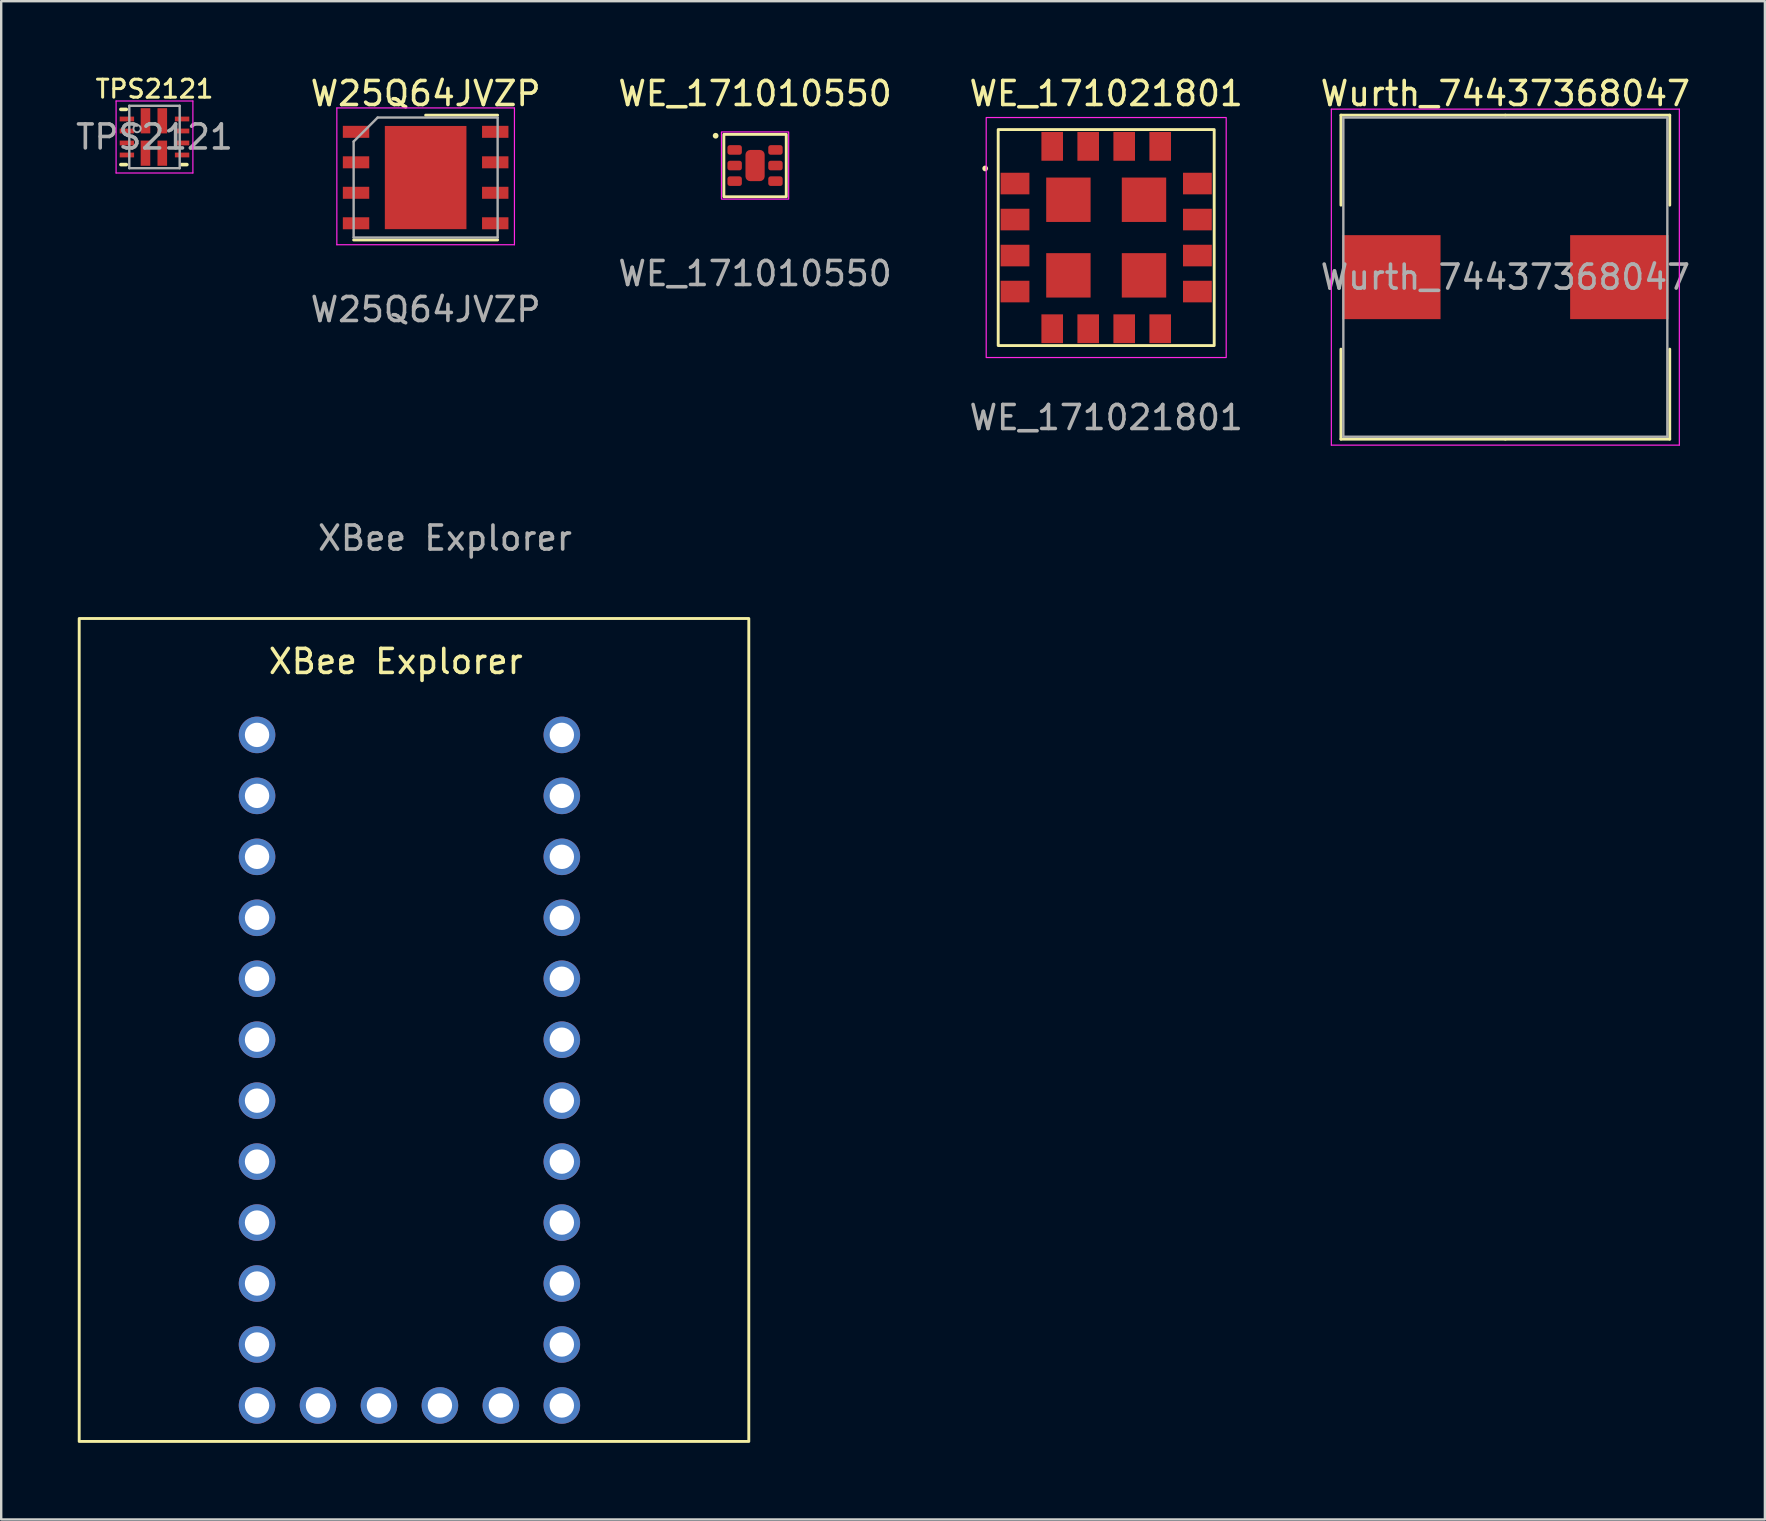
<source format=kicad_pcb>
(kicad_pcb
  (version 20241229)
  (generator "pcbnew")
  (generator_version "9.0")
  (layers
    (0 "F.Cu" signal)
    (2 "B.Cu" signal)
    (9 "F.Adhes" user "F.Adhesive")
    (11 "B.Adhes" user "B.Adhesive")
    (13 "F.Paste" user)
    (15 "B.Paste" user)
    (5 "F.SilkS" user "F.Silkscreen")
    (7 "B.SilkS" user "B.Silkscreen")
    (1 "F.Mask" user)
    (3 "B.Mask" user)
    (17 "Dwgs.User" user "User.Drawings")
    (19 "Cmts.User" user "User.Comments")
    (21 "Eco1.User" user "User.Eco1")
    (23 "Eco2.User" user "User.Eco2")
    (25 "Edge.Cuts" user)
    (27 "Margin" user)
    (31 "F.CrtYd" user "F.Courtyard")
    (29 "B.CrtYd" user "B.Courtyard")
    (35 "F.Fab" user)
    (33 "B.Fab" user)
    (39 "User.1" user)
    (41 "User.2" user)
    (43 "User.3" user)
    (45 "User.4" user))
  (footprint "XBee Explorer"
    (layer "F.Cu")
    (at 0.25 57.011)
    (property "Reference" "XBee Explorer" (at 13.19 -32.5 0) (unlocked yes) (layer "F.SilkS") (effects (font (size 1 1) (thickness 0.15))))
    (attr through_hole)
    (fp_rect (start 27.9 -34.29) (end 0 0) (stroke (width 0.12) (type solid)) (fill no) (layer "F.SilkS"))
    (fp_text user "${REFERENCE}" (at 15.24 -37.64 0) (unlocked yes) (layer "F.Fab") (effects (font (size 1 1) (thickness 0.15))))
    (pad "1" thru_hole circle (at 9.95 -1.5) (size 1.524 1.524) (drill 1.016) (layers "*.Cu" "*.Mask" "Eco1.User"))
    (pad "2" thru_hole circle (at 12.49 -1.5) (size 1.524 1.524) (drill 1.016) (layers "*.Cu" "*.Mask"))
    (pad "3" thru_hole circle (at 15.03 -1.5) (size 1.524 1.524) (drill 1.016) (layers "*.Cu" "*.Mask"))
    (pad "4" thru_hole circle (at 17.57 -1.5) (size 1.524 1.524) (drill 1.016) (layers "*.Cu" "*.Mask"))
    (pad "5" thru_hole circle (at 7.41 -1.5) (size 1.524 1.524) (drill 1.016) (layers "*.Cu" "*.Mask"))
    (pad "6" thru_hole circle (at 20.11 -1.5) (size 1.524 1.524) (drill 1.016) (layers "*.Cu" "*.Mask"))
    (pad "7" thru_hole circle (at 20.11 -4.04) (size 1.524 1.524) (drill 1.016) (layers "*.Cu" "*.Mask"))
    (pad "8" thru_hole circle (at 20.11 -6.58) (size 1.524 1.524) (drill 1.016) (layers "*.Cu" "*.Mask"))
    (pad "9" thru_hole circle (at 20.11 -9.12) (size 1.524 1.524) (drill 1.016) (layers "*.Cu" "*.Mask"))
    (pad "10" thru_hole circle (at 20.11 -11.66) (size 1.524 1.524) (drill 1.016) (layers "*.Cu" "*.Mask"))
    (pad "11" thru_hole circle (at 20.11 -14.2) (size 1.524 1.524) (drill 1.016) (layers "*.Cu" "*.Mask"))
    (pad "12" thru_hole circle (at 20.11 -16.74) (size 1.524 1.524) (drill 1.016) (layers "*.Cu" "*.Mask"))
    (pad "14" thru_hole circle (at 20.11 -19.28) (size 1.524 1.524) (drill 1.016) (layers "*.Cu" "*.Mask"))
    (pad "15" thru_hole circle (at 20.11 -21.82) (size 1.524 1.524) (drill 1.016) (layers "*.Cu" "*.Mask"))
    (pad "16" thru_hole circle (at 20.11 -24.36) (size 1.524 1.524) (drill 1.016) (layers "*.Cu" "*.Mask"))
    (pad "18" thru_hole circle (at 20.11 -26.9) (size 1.524 1.524) (drill 1.016) (layers "*.Cu" "*.Mask"))
    (pad "19" thru_hole circle (at 20.11 -29.44) (size 1.524 1.524) (drill 1.016) (layers "*.Cu" "*.Mask"))
    (pad "20" thru_hole circle (at 7.41 -4.04) (size 1.524 1.524) (drill 1.016) (layers "*.Cu" "*.Mask"))
    (pad "21" thru_hole circle (at 7.41 -6.58) (size 1.524 1.524) (drill 1.016) (layers "*.Cu" "*.Mask"))
    (pad "22" thru_hole circle (at 7.41 -9.12) (size 1.524 1.524) (drill 1.016) (layers "*.Cu" "*.Mask"))
    (pad "23" thru_hole circle (at 7.41 -14.2) (size 1.524 1.524) (drill 1.016) (layers "*.Cu" "*.Mask"))
    (pad "24" thru_hole circle (at 7.41 -11.66) (size 1.524 1.524) (drill 1.016) (layers "*.Cu" "*.Mask"))
    (pad "25" thru_hole circle (at 7.41 -16.74) (size 1.524 1.524) (drill 1.016) (layers "*.Cu" "*.Mask"))
    (pad "26" thru_hole circle (at 7.41 -19.28) (size 1.524 1.524) (drill 1.016) (layers "*.Cu" "*.Mask"))
    (pad "27" thru_hole circle (at 7.41 -21.82) (size 1.524 1.524) (drill 1.016) (layers "*.Cu" "*.Mask"))
    (pad "29" thru_hole circle (at 7.41 -24.36) (size 1.524 1.524) (drill 1.016) (layers "*.Cu" "*.Mask"))
    (pad "30" thru_hole circle (at 7.41 -26.9) (size 1.524 1.524) (drill 1.016) (layers "*.Cu" "*.Mask"))
    (pad "32" thru_hole circle (at 7.41 -29.44) (size 1.524 1.524) (drill 1.016) (layers "*.Cu" "*.Mask")))
  (footprint "Wurth_74437368047"
    (layer "F.Cu")
    (at 59.673 8.498)
    (property "Reference" "Wurth_74437368047" (at 0 -7.65 0) (layer "F.SilkS") (effects (font (size 1 1) (thickness 0.15))))
    (attr smd)
    (fp_line (start -6.85 -6.75) (end 0 -6.75) (stroke (width 0.12) (type solid)) (layer "F.SilkS"))
    (fp_line (start -6.85 -3) (end -6.85 -6.75) (stroke (width 0.12) (type solid)) (layer "F.SilkS"))
    (fp_line (start -6.85 3) (end -6.85 6.75) (stroke (width 0.12) (type solid)) (layer "F.SilkS"))
    (fp_line (start -6.85 6.75) (end 0 6.75) (stroke (width 0.12) (type solid)) (layer "F.SilkS"))
    (fp_line (start 6.85 -6.75) (end 0 -6.75) (stroke (width 0.12) (type solid)) (layer "F.SilkS"))
    (fp_line (start 6.85 -3) (end 6.85 -6.75) (stroke (width 0.12) (type solid)) (layer "F.SilkS"))
    (fp_line (start 6.85 3) (end 6.85 6.75) (stroke (width 0.12) (type solid)) (layer "F.SilkS"))
    (fp_line (start 6.85 6.75) (end 0 6.75) (stroke (width 0.12) (type solid)) (layer "F.SilkS"))
    (fp_line (start -7.25 -7) (end -7.25 7) (stroke (width 0.05) (type solid)) (layer "F.CrtYd"))
    (fp_line (start -7.25 7) (end 7.25 7) (stroke (width 0.05) (type solid)) (layer "F.CrtYd"))
    (fp_line (start 7.25 -7) (end -7.25 -7) (stroke (width 0.05) (type solid)) (layer "F.CrtYd"))
    (fp_line (start 7.25 7) (end 7.25 -7) (stroke (width 0.05) (type solid)) (layer "F.CrtYd"))
    (fp_line (start -6.75 -6.65) (end -6.75 6.65) (stroke (width 0.1) (type solid)) (layer "F.Fab"))
    (fp_line (start -6.75 6.65) (end 6.75 6.65) (stroke (width 0.1) (type solid)) (layer "F.Fab"))
    (fp_line (start 6.75 -6.65) (end -6.75 -6.65) (stroke (width 0.1) (type solid)) (layer "F.Fab"))
    (fp_line (start 6.75 6.65) (end 6.75 -6.65) (stroke (width 0.1) (type solid)) (layer "F.Fab"))
    (fp_text user "${REFERENCE}" (at 0 0 0) (layer "F.Fab") (effects (font (size 1 1) (thickness 0.15))))
    (pad "1" smd rect (at -4.75 0) (size 4.1 3.5) (layers "F.Cu" "F.Mask" "F.Paste"))
    (pad "2" smd rect (at 4.75 0) (size 4.1 3.5) (layers "F.Cu" "F.Mask" "F.Paste")))
  (footprint "W25Q64JVZP"
    (layer "F.Cu")
    (at 14.685 4.348)
    (property "Reference" "W25Q64JVZP" (at 0 -3.5 0) (layer "F.SilkS") (effects (font (size 1 1) (thickness 0.15))))
    (attr smd)
    (fp_line (start -3 2.6) (end 3 2.6) (stroke (width 0.12) (type solid)) (layer "F.SilkS"))
    (fp_line (start 0 -2.6) (end 3 -2.6) (stroke (width 0.12) (type solid)) (layer "F.SilkS"))
    (fp_line (start -3.7 -2.9) (end 3.7 -2.9) (stroke (width 0.05) (type solid)) (layer "F.CrtYd"))
    (fp_line (start -3.7 2.8) (end -3.7 -2.9) (stroke (width 0.05) (type solid)) (layer "F.CrtYd"))
    (fp_line (start 3.7 -2.9) (end 3.7 2.8) (stroke (width 0.05) (type solid)) (layer "F.CrtYd"))
    (fp_line (start 3.7 2.8) (end -3.7 2.8) (stroke (width 0.05) (type solid)) (layer "F.CrtYd"))
    (fp_line (start -3 2.5) (end -3 -1.5) (stroke (width 0.1) (type solid)) (layer "F.Fab"))
    (fp_line (start -2 -2.5) (end -3 -1.5) (stroke (width 0.1) (type solid)) (layer "F.Fab"))
    (fp_line (start -2 -2.5) (end 3 -2.5) (stroke (width 0.1) (type solid)) (layer "F.Fab"))
    (fp_line (start 3 -2.5) (end 3 2.5) (stroke (width 0.1) (type solid)) (layer "F.Fab"))
    (fp_line (start 3 2.5) (end -3 2.5) (stroke (width 0.1) (type solid)) (layer "F.Fab"))
    (fp_text user "${REFERENCE}" (at 0 5.5 0) (layer "F.Fab") (effects (font (size 1 1) (thickness 0.15))))
    (pad "" smd rect (at -0.5 -1.5 270) (size 0.8 0.8) (layers "F.Paste"))
    (pad "" smd rect (at -0.5 -0.5 270) (size 0.8 0.8) (layers "F.Paste"))
    (pad "" smd rect (at -0.5 0.5 270) (size 0.8 0.8) (layers "F.Paste"))
    (pad "" smd rect (at -0.5 1.5 270) (size 0.8 0.8) (layers "F.Paste"))
    (pad "" smd rect (at 0.5 -1.5 270) (size 0.8 0.8) (layers "F.Paste"))
    (pad "" smd rect (at 0.5 -0.5 270) (size 0.8 0.8) (layers "F.Paste"))
    (pad "" smd rect (at 0.5 0.5 270) (size 0.8 0.8) (layers "F.Paste"))
    (pad "" smd rect (at 0.5 1.5 270) (size 0.8 0.8) (layers "F.Paste"))
    (pad "1" smd rect (at -2.9 -1.905 270) (size 0.5 1.1) (layers "F.Cu" "F.Mask" "F.Paste"))
    (pad "2" smd rect (at -2.9 -0.635 270) (size 0.5 1.1) (layers "F.Cu" "F.Mask" "F.Paste"))
    (pad "3" smd rect (at -2.9 0.635 270) (size 0.5 1.1) (layers "F.Cu" "F.Mask" "F.Paste"))
    (pad "4" smd rect (at -2.9 1.905 270) (size 0.5 1.1) (layers "F.Cu" "F.Mask" "F.Paste"))
    (pad "5" smd rect (at 2.9 1.905 270) (size 0.5 1.1) (layers "F.Cu" "F.Mask" "F.Paste"))
    (pad "6" smd rect (at 2.9 0.635 270) (size 0.5 1.1) (layers "F.Cu" "F.Mask" "F.Paste"))
    (pad "7" smd rect (at 2.9 -0.635 270) (size 0.5 1.1) (layers "F.Cu" "F.Mask" "F.Paste"))
    (pad "8" smd rect (at 2.9 -1.905 270) (size 0.5 1.1) (layers "F.Cu" "F.Mask" "F.Paste"))
    (pad "9" smd rect (at 0 0 270) (size 4.3 3.4) (layers "F.Cu" "F.Mask")))
  (footprint "WE_171021801"
    (layer "F.Cu")
    (at 43.042 6.848)
    (property "Reference" "WE_171021801" (at 0 -6 0) (unlocked yes) (layer "F.SilkS") (effects (font (size 1 1) (thickness 0.15))))
    (attr smd)
    (fp_rect (start -4.5 -4.5) (end 4.5 4.5) (stroke (width 0.12) (type default)) (fill no) (layer "F.SilkS"))
    (fp_circle (center -5.042 -2.879) (end -5.042 -2.879) (stroke (width 0.12) (type default)) (fill no) (layer "F.SilkS"))
    (fp_rect (start -3.225 -2.675) (end -4.375 -1.825) (stroke (width 0) (type solid)) (fill yes) (layer "F.Paste"))
    (fp_rect (start -3.225 -1.175) (end -4.375 -0.325) (stroke (width 0) (type solid)) (fill yes) (layer "F.Paste"))
    (fp_rect (start -3.225 0.325) (end -4.375 1.175) (stroke (width 0) (type solid)) (fill yes) (layer "F.Paste"))
    (fp_rect (start -3.225 1.825) (end -4.375 2.675) (stroke (width 0) (type solid)) (fill yes) (layer "F.Paste"))
    (fp_rect (start -2.675 -4.375) (end -1.825 -3.225) (stroke (width 0) (type solid)) (fill yes) (layer "F.Paste"))
    (fp_rect (start -2.675 3.225) (end -1.825 4.375) (stroke (width 0) (type solid)) (fill yes) (layer "F.Paste"))
    (fp_rect (start -2.4 -2.4) (end -0.75 -0.75) (stroke (width 0) (type solid)) (fill yes) (layer "F.Paste"))
    (fp_rect (start -2.4 0.75) (end -0.75 2.4) (stroke (width 0) (type solid)) (fill yes) (layer "F.Paste"))
    (fp_rect (start -1.175 -4.375) (end -0.325 -3.225) (stroke (width 0) (type solid)) (fill yes) (layer "F.Paste"))
    (fp_rect (start -1.175 3.225) (end -0.325 4.375) (stroke (width 0) (type solid)) (fill yes) (layer "F.Paste"))
    (fp_rect (start 0.325 -4.375) (end 1.175 -3.225) (stroke (width 0) (type solid)) (fill yes) (layer "F.Paste"))
    (fp_rect (start 0.325 3.225) (end 1.175 4.375) (stroke (width 0) (type solid)) (fill yes) (layer "F.Paste"))
    (fp_rect (start 0.75 -2.4) (end 2.4 -0.75) (stroke (width 0) (type solid)) (fill yes) (layer "F.Paste"))
    (fp_rect (start 0.75 0.75) (end 2.4 2.4) (stroke (width 0) (type solid)) (fill yes) (layer "F.Paste"))
    (fp_rect (start 1.825 -4.375) (end 2.675 -3.225) (stroke (width 0) (type solid)) (fill yes) (layer "F.Paste"))
    (fp_rect (start 1.825 3.225) (end 2.675 4.375) (stroke (width 0) (type solid)) (fill yes) (layer "F.Paste"))
    (fp_rect (start 4.375 -2.675) (end 3.225 -1.825) (stroke (width 0) (type solid)) (fill yes) (layer "F.Paste"))
    (fp_rect (start 4.375 -1.175) (end 3.225 -0.325) (stroke (width 0) (type solid)) (fill yes) (layer "F.Paste"))
    (fp_rect (start 4.375 0.325) (end 3.225 1.175) (stroke (width 0) (type solid)) (fill yes) (layer "F.Paste"))
    (fp_rect (start 4.375 1.825) (end 3.225 2.675) (stroke (width 0) (type solid)) (fill yes) (layer "F.Paste"))
    (fp_rect (start -5 -5) (end 5 5) (stroke (width 0.05) (type default)) (fill no) (layer "F.CrtYd"))
    (fp_text user "${REFERENCE}" (at 0 7.5 0) (unlocked yes) (layer "F.Fab") (effects (font (size 1 1) (thickness 0.15))))
    (pad "1" smd rect (at -3.8 -2.25 90) (size 0.9 1.2) (layers "F.Cu" "F.Mask"))
    (pad "2" smd rect (at -3.8 -0.75 90) (size 0.9 1.2) (layers "F.Cu" "F.Mask"))
    (pad "3" smd rect (at -3.8 0.75 90) (size 0.9 1.2) (layers "F.Cu" "F.Mask"))
    (pad "4" smd rect (at -3.8 2.25 90) (size 0.9 1.2) (layers "F.Cu" "F.Mask"))
    (pad "5" smd rect (at -2.25 3.8 180) (size 0.9 1.2) (layers "F.Cu" "F.Mask"))
    (pad "6" smd rect (at -0.75 3.8 180) (size 0.9 1.2) (layers "F.Cu" "F.Mask"))
    (pad "7" smd rect (at 0.75 3.8 180) (size 0.9 1.2) (layers "F.Cu" "F.Mask"))
    (pad "8" smd rect (at 2.25 3.8 180) (size 0.9 1.2) (layers "F.Cu" "F.Mask"))
    (pad "9" smd rect (at 3.8 2.25 90) (size 0.9 1.2) (layers "F.Cu" "F.Mask"))
    (pad "10" smd rect (at 3.8 0.75 90) (size 0.9 1.2) (layers "F.Cu" "F.Mask"))
    (pad "11" smd rect (at 3.8 -0.75 90) (size 0.9 1.2) (layers "F.Cu" "F.Mask"))
    (pad "12" smd rect (at 3.8 -2.25 90) (size 0.9 1.2) (layers "F.Cu" "F.Mask"))
    (pad "13" smd rect (at 2.25 -3.8 180) (size 0.9 1.2) (layers "F.Cu" "F.Mask"))
    (pad "14" smd rect (at 0.75 -3.8 180) (size 0.9 1.2) (layers "F.Cu" "F.Mask"))
    (pad "15" smd rect (at -0.75 -3.8 180) (size 0.9 1.2) (layers "F.Cu" "F.Mask"))
    (pad "16" smd rect (at -2.25 -3.8 180) (size 0.9 1.2) (layers "F.Cu" "F.Mask"))
    (pad "EP" smd rect (at -1.575 -1.575) (size 1.85 1.85) (layers "F.Cu" "F.Mask"))
    (pad "EP" smd rect (at -1.575 1.575) (size 1.85 1.85) (layers "F.Cu" "F.Mask"))
    (pad "EP" smd rect (at 1.575 -1.575) (size 1.85 1.85) (layers "F.Cu" "F.Mask"))
    (pad "EP" smd rect (at 1.575 1.575) (size 1.85 1.85) (layers "F.Cu" "F.Mask")))
  (footprint "WE_171010550"
    (layer "F.Cu")
    (at 28.411 3.848)
    (property "Reference" "WE_171010550" (at 0 -3 0) (unlocked yes) (layer "F.SilkS") (effects (font (size 1 1) (thickness 0.15))))
    (attr smd)
    (fp_rect (start -1.3 -1.3) (end 1.3 1.3) (stroke (width 0.12) (type default)) (fill no) (layer "F.SilkS"))
    (fp_circle (center -1.642 -1.242) (end -1.642 -1.242) (stroke (width 0.12) (type default)) (fill no) (layer "F.SilkS"))
    (fp_rect (start -1.4 -1.4) (end 1.4 1.4) (stroke (width 0.05) (type default)) (fill no) (layer "F.CrtYd"))
    (fp_text user "${REFERENCE}" (at 0 4.5 0) (unlocked yes) (layer "F.Fab") (effects (font (size 1 1) (thickness 0.15))))
    (pad "1" smd roundrect (at -0.85 -0.65) (size 0.6 0.4) (layers "F.Cu" "F.Mask" "F.Paste") (roundrect_rratio 0.25))
    (pad "2" smd roundrect (at -0.85 0) (size 0.6 0.4) (layers "F.Cu" "F.Mask" "F.Paste") (roundrect_rratio 0.25))
    (pad "3" smd roundrect (at -0.85 0.65) (size 0.6 0.4) (layers "F.Cu" "F.Mask" "F.Paste") (roundrect_rratio 0.25))
    (pad "4" smd roundrect (at 0.85 0.65) (size 0.6 0.4) (layers "F.Cu" "F.Mask" "F.Paste") (roundrect_rratio 0.25))
    (pad "5" smd roundrect (at 0.85 0) (size 0.6 0.4) (layers "F.Cu" "F.Mask" "F.Paste") (roundrect_rratio 0.25))
    (pad "6" smd roundrect (at 0.85 -0.65) (size 0.6 0.4) (layers "F.Cu" "F.Mask" "F.Paste") (roundrect_rratio 0.25))
    (pad "EP" smd roundrect (at 0 0) (size 0.8 1.3) (layers "F.Cu" "F.Mask" "F.Paste") (roundrect_rratio 0.25)))
  (footprint "TPS2121"
    (layer "F.Cu")
    (at 3.387 2.658)
    (property "Reference" "TPS2121" (at 0 -2 180) (layer "F.SilkS") (effects (font (size 0.75 0.75) (thickness 0.125))))
    (attr smd)
    (fp_line (start -1.4 -1.15) (end -1.175 -1.15) (stroke (width 0.15) (type solid)) (layer "F.SilkS"))
    (fp_line (start -1.4 1.15) (end -1.175 1.15) (stroke (width 0.15) (type solid)) (layer "F.SilkS"))
    (fp_line (start 1.125 1.15) (end 1.35 1.15) (stroke (width 0.15) (type solid)) (layer "F.SilkS"))
    (fp_line (start -1.6 -1.5) (end 1.6 -1.5) (stroke (width 0.05) (type default)) (layer "F.CrtYd"))
    (fp_line (start -1.6 1.5) (end -1.6 -1.5) (stroke (width 0.05) (type default)) (layer "F.CrtYd"))
    (fp_line (start 1.6 -1.5) (end 1.6 1.5) (stroke (width 0.05) (type default)) (layer "F.CrtYd"))
    (fp_line (start 1.6 1.5) (end -1.6 1.5) (stroke (width 0.05) (type default)) (layer "F.CrtYd"))
    (fp_line (start -1.05 -1.3) (end 1.05 -1.3) (stroke (width 0.1) (type solid)) (layer "F.Fab"))
    (fp_line (start -1.05 1.3) (end -1.05 -1.3) (stroke (width 0.1) (type solid)) (layer "F.Fab"))
    (fp_line (start -1.05 1.3) (end 1.05 1.3) (stroke (width 0.1) (type solid)) (layer "F.Fab"))
    (fp_line (start 1.05 1.3) (end 1.05 -1.3) (stroke (width 0.1) (type solid)) (layer "F.Fab"))
    (fp_circle (center -0.725 -0.35) (end -0.573 -0.35) (stroke (width 0.08) (type solid)) (fill no) (layer "F.Fab"))
    (fp_text user "${REFERENCE}" (at 0 0 0) (unlocked yes) (layer "F.Fab") (effects (font (size 1 1) (thickness 0.15))))
    (pad "1" smd rect (at 0.325 -0.675 270) (size 1.05 0.4) (layers "F.Cu" "F.Mask" "F.Paste"))
    (pad "2" smd rect (at -0.375 -0.675 270) (size 1.05 0.4) (layers "F.Cu" "F.Mask" "F.Paste"))
    (pad "3" smd rect (at -1.15 -0.75) (size 0.6 0.2) (layers "F.Cu" "F.Mask" "F.Paste"))
    (pad "4" smd rect (at -1.15 -0.25) (size 0.6 0.2) (layers "F.Cu" "F.Mask" "F.Paste"))
    (pad "5" smd rect (at -1.15 0.25) (size 0.6 0.2) (layers "F.Cu" "F.Mask" "F.Paste"))
    (pad "6" smd rect (at -1.15 0.75) (size 0.6 0.2) (layers "F.Cu" "F.Mask" "F.Paste"))
    (pad "7" smd rect (at -0.375 0.675 270) (size 1.05 0.4) (layers "F.Cu" "F.Mask" "F.Paste"))
    (pad "8" smd rect (at 0.325 0.675 270) (size 1.05 0.4) (layers "F.Cu" "F.Mask" "F.Paste"))
    (pad "9" smd rect (at 1.15 0.75) (size 0.6 0.2) (layers "F.Cu" "F.Mask" "F.Paste"))
    (pad "10" smd rect (at 1.15 0.25) (size 0.6 0.2) (layers "F.Cu" "F.Mask" "F.Paste"))
    (pad "11" smd rect (at 1.15 -0.25) (size 0.6 0.2) (layers "F.Cu" "F.Mask" "F.Paste"))
    (pad "12" smd rect (at 1.15 -0.75) (size 0.6 0.2) (layers "F.Cu" "F.Mask" "F.Paste")))
  (gr_rect
    (start -3 -3)
    (end 70.488 60.261)
    (stroke (width 0.1) (type default))
    (fill no)
    (layer "Edge.Cuts")))
</source>
